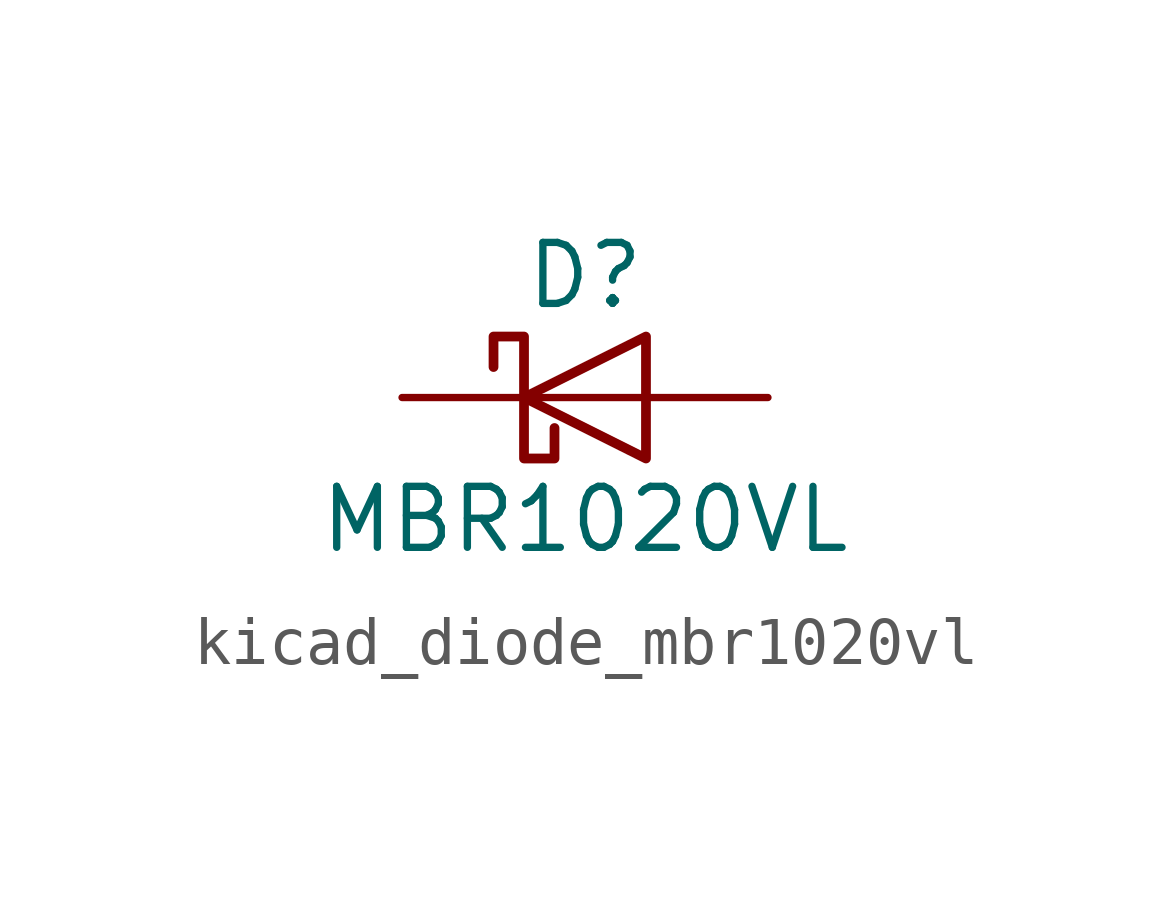
<source format=kicad_sym>
(kicad_symbol_lib
  (version 20220914)
  (generator kicad_symbol_editor)
  (symbol "kicad_diode_mbr1020vl"
    (pin_numbers hide)
    (pin_names hide)
    (property "Reference" "D"
      (at 0 2.54 0)
      (effects (font (size 1.27 1.27))))
    (property "Value" "MBR1020VL"
      (at 0 -2.54 0)
      (effects (font (size 1.27 1.27))))
    (symbol "kicad_diode_mbr1020vl_0_1"
      (polyline (pts (xy 1.27 0) (xy -1.27 0)) (stroke (width 0) (type default)) (fill (type none)))
      (polyline (pts (xy 1.27 1.27) (xy 1.27 -1.27) (xy -1.27 0) (xy 1.27 1.27)) (stroke (width 0.203) (type default)) (fill (type none)))
      (polyline (pts (xy -1.905 0.635) (xy -1.905 1.27) (xy -1.27 1.27) (xy -1.27 -1.27) (xy -0.635 -1.27) (xy -0.635 -0.635)) (stroke (width 0.203) (type default)) (fill (type none))))
    (symbol "kicad_diode_mbr1020vl_1_1"
      (pin passive line (at -3.81 0 0) (length 2.54) (name "K" (effects (font (size 1.27 1.27)))) (number "1" (effects (font (size 1.27 1.27)))))
      (pin passive line (at 3.81 0 180) (length 2.54) (name "A" (effects (font (size 1.27 1.27)))) (number "2" (effects (font (size 1.27 1.27))))))))
</source>
